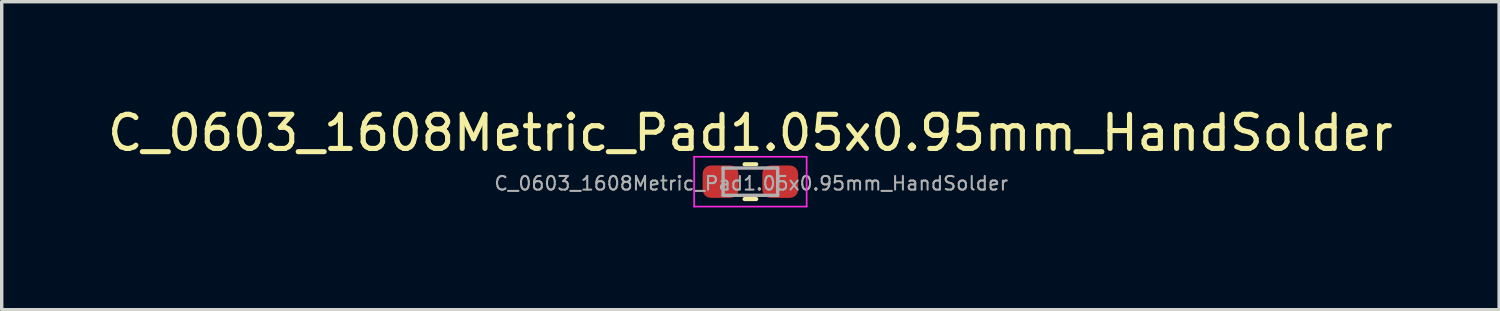
<source format=kicad_pcb>
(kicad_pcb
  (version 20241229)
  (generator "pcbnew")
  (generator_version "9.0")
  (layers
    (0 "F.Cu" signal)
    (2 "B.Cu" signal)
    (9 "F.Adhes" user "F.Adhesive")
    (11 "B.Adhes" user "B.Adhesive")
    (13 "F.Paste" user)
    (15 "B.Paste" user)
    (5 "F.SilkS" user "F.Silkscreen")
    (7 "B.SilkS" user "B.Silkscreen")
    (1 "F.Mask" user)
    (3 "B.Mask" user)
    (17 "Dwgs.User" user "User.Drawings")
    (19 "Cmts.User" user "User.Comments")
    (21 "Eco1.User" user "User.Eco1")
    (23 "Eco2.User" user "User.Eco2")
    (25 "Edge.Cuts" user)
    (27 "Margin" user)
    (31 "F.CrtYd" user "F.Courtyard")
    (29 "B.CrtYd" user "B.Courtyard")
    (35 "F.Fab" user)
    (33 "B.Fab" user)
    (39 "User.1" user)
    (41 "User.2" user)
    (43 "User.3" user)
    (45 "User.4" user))
  (footprint "C_0603_1608Metric_Pad1.05x0.95mm_HandSolder"
    (layer "F.Cu")
    (at 18.958 2.278)
    (property "Reference" "C_0603_1608Metric_Pad1.05x0.95mm_HandSolder" (at 0 -1.43 180) (layer "F.SilkS") (effects (font (size 1 1) (thickness 0.15))))
    (attr smd)
    (fp_line (start -0.171 -0.51) (end 0.171 -0.51) (stroke (width 0.12) (type solid)) (layer "F.SilkS"))
    (fp_line (start -0.171 0.51) (end 0.171 0.51) (stroke (width 0.12) (type solid)) (layer "F.SilkS"))
    (fp_line (start -1.65 -0.73) (end 1.65 -0.73) (stroke (width 0.05) (type solid)) (layer "F.CrtYd"))
    (fp_line (start -1.65 0.73) (end -1.65 -0.73) (stroke (width 0.05) (type solid)) (layer "F.CrtYd"))
    (fp_line (start 1.65 -0.73) (end 1.65 0.73) (stroke (width 0.05) (type solid)) (layer "F.CrtYd"))
    (fp_line (start 1.65 0.73) (end -1.65 0.73) (stroke (width 0.05) (type solid)) (layer "F.CrtYd"))
    (fp_line (start -0.8 -0.4) (end 0.8 -0.4) (stroke (width 0.1) (type solid)) (layer "F.Fab"))
    (fp_line (start -0.8 0.4) (end -0.8 -0.4) (stroke (width 0.1) (type solid)) (layer "F.Fab"))
    (fp_line (start 0.8 -0.4) (end 0.8 0.4) (stroke (width 0.1) (type solid)) (layer "F.Fab"))
    (fp_line (start 0.8 0.4) (end -0.8 0.4) (stroke (width 0.1) (type solid)) (layer "F.Fab"))
    (fp_text user "${REFERENCE}" (at 0.025 0.051 180) (layer "F.Fab") (effects (font (size 0.4 0.4) (thickness 0.06))))
    (pad "1" smd roundrect (at -0.875 0) (size 1.05 0.95) (layers "F.Cu" "F.Mask" "F.Paste") (roundrect_rratio 0.25))
    (pad "2" smd roundrect (at 0.875 0) (size 1.05 0.95) (layers "F.Cu" "F.Mask" "F.Paste") (roundrect_rratio 0.25)))
  (gr_rect
    (start -3 -3)
    (end 40.917 6.033)
    (stroke (width 0.1) (type default))
    (fill no)
    (layer "Edge.Cuts")))
</source>
